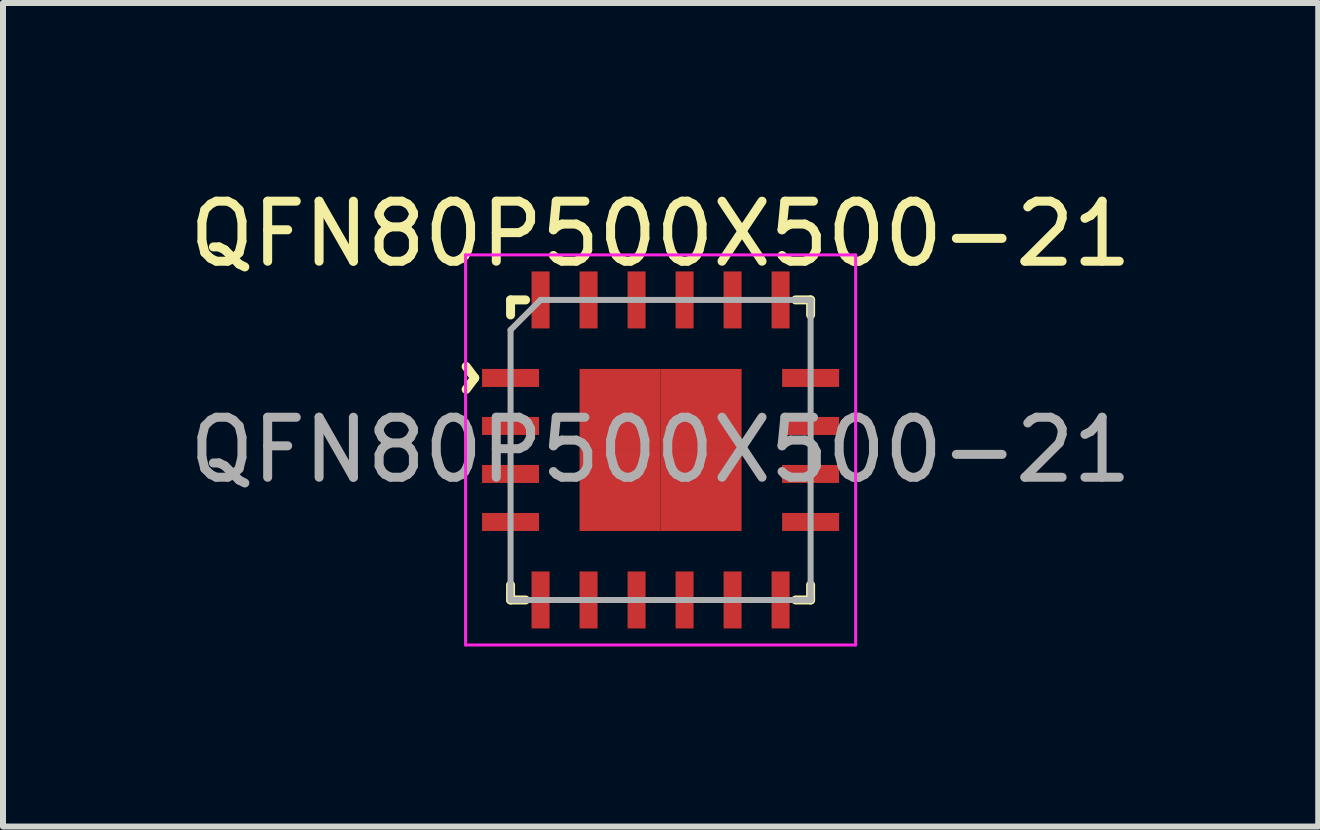
<source format=kicad_pcb>
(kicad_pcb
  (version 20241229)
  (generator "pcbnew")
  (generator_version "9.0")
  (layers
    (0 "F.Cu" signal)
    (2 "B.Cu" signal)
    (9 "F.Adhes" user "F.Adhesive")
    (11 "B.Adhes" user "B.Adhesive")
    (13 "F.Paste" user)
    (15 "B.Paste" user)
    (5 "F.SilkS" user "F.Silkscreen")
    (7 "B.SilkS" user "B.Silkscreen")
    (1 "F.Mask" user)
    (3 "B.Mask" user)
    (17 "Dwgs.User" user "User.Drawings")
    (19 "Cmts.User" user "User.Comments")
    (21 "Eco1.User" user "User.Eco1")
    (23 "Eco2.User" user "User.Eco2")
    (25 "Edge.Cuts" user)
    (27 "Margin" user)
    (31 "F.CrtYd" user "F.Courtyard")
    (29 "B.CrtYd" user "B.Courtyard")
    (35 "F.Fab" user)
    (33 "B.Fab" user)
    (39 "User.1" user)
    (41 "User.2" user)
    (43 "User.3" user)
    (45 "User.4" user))
  (footprint "QFN80P500X500-21"
    (layer "F.Cu")
    (at 7.958 4.448)
    (property "Reference" "QFN80P500X500-21" (at 0 -3.6 0) (layer "F.SilkS") (effects (font (size 1 1) (thickness 0.15))))
    (attr smd)
    (fp_line (start -2.5 -2.5) (end -2.25 -2.5) (stroke (width 0.15) (type solid)) (layer "F.SilkS"))
    (fp_line (start -2.5 -2.25) (end -2.5 -2.5) (stroke (width 0.15) (type solid)) (layer "F.SilkS"))
    (fp_line (start -2.5 2.5) (end -2.5 2.25) (stroke (width 0.15) (type solid)) (layer "F.SilkS"))
    (fp_line (start -2.5 2.5) (end -2.25 2.5) (stroke (width 0.15) (type solid)) (layer "F.SilkS"))
    (fp_line (start 2.25 -2.5) (end 2.5 -2.5) (stroke (width 0.15) (type solid)) (layer "F.SilkS"))
    (fp_line (start 2.25 2.5) (end 2.5 2.5) (stroke (width 0.15) (type solid)) (layer "F.SilkS"))
    (fp_line (start 2.5 -2.5) (end 2.5 -2.25) (stroke (width 0.15) (type solid)) (layer "F.SilkS"))
    (fp_line (start 2.5 2.5) (end 2.5 2.25) (stroke (width 0.15) (type solid)) (layer "F.SilkS"))
    (fp_line (start -3.25 -3.25) (end 3.25 -3.25) (stroke (width 0.05) (type solid)) (layer "F.CrtYd"))
    (fp_line (start -3.25 3.25) (end -3.25 -3.25) (stroke (width 0.05) (type solid)) (layer "F.CrtYd"))
    (fp_line (start 3.25 -3.25) (end 3.25 3.25) (stroke (width 0.05) (type solid)) (layer "F.CrtYd"))
    (fp_line (start 3.25 3.25) (end -3.25 3.25) (stroke (width 0.05) (type solid)) (layer "F.CrtYd"))
    (fp_line (start -2.5 -2) (end -2.5 2.5) (stroke (width 0.1) (type solid)) (layer "F.Fab"))
    (fp_line (start -2.5 2.5) (end 2.5 2.5) (stroke (width 0.1) (type solid)) (layer "F.Fab"))
    (fp_line (start -2 -2.5) (end -2.5 -2) (stroke (width 0.1) (type solid)) (layer "F.Fab"))
    (fp_line (start 2.5 -2.5) (end -2 -2.5) (stroke (width 0.1) (type solid)) (layer "F.Fab"))
    (fp_line (start 2.5 2.5) (end 2.5 -2.5) (stroke (width 0.1) (type solid)) (layer "F.Fab"))
    (fp_text user "^" (at -3.69 -1.2 270) (unlocked yes) (layer "F.SilkS") (effects (font (size 1 1) (thickness 0.15))))
    (fp_text user "${REFERENCE}" (at 0 0 0) (unlocked yes) (layer "F.Fab") (effects (font (size 1 1) (thickness 0.15))))
    (pad "1" smd rect (at -2.5 -1.2 90) (size 0.3 0.95) (layers "F.Cu" "F.Mask" "F.Paste"))
    (pad "2" smd rect (at -2.5 -0.4 90) (size 0.3 0.95) (layers "F.Cu" "F.Mask" "F.Paste"))
    (pad "3" smd rect (at -2.5 0.4 90) (size 0.3 0.95) (layers "F.Cu" "F.Mask" "F.Paste"))
    (pad "4" smd rect (at -2.5 1.2 90) (size 0.3 0.95) (layers "F.Cu" "F.Mask" "F.Paste"))
    (pad "5" smd rect (at -2 2.5 180) (size 0.3 0.95) (layers "F.Cu" "F.Mask" "F.Paste"))
    (pad "6" smd rect (at -1.2 2.5) (size 0.3 0.95) (layers "F.Cu" "F.Mask" "F.Paste"))
    (pad "7" smd rect (at -0.4 2.5) (size 0.3 0.95) (layers "F.Cu" "F.Mask" "F.Paste"))
    (pad "8" smd rect (at 0.4 2.5) (size 0.3 0.95) (layers "F.Cu" "F.Mask" "F.Paste"))
    (pad "9" smd rect (at 1.2 2.5) (size 0.3 0.95) (layers "F.Cu" "F.Mask" "F.Paste"))
    (pad "10" smd rect (at 2 2.5) (size 0.3 0.95) (layers "F.Cu" "F.Mask" "F.Paste"))
    (pad "11" smd rect (at 2.5 1.2 90) (size 0.3 0.95) (layers "F.Cu" "F.Mask" "F.Paste"))
    (pad "12" smd rect (at 2.5 0.4 90) (size 0.3 0.95) (layers "F.Cu" "F.Mask" "F.Paste"))
    (pad "13" smd rect (at 2.5 -0.4 90) (size 0.3 0.95) (layers "F.Cu" "F.Mask" "F.Paste"))
    (pad "14" smd rect (at 2.5 -1.2 90) (size 0.3 0.95) (layers "F.Cu" "F.Mask" "F.Paste"))
    (pad "15" smd rect (at 2 -2.5 180) (size 0.3 0.95) (layers "F.Cu" "F.Mask" "F.Paste"))
    (pad "16" smd rect (at 1.2 -2.5) (size 0.3 0.95) (layers "F.Cu" "F.Mask" "F.Paste"))
    (pad "17" smd rect (at 0.4 -2.5) (size 0.3 0.95) (layers "F.Cu" "F.Mask" "F.Paste"))
    (pad "18" smd rect (at -0.4 -2.5) (size 0.3 0.95) (layers "F.Cu" "F.Mask" "F.Paste"))
    (pad "19" smd rect (at -1.2 -2.5) (size 0.3 0.95) (layers "F.Cu" "F.Mask" "F.Paste"))
    (pad "20" smd rect (at -2 -2.5) (size 0.3 0.95) (layers "F.Cu" "F.Mask" "F.Paste"))
    (pad "21" smd rect (at -0.675 -0.675) (size 1.35 1.35) (layers "F.Cu" "F.Mask" "F.Paste"))
    (pad "21" smd rect (at -0.675 0.675) (size 1.35 1.35) (layers "F.Cu" "F.Mask" "F.Paste"))
    (pad "21" smd rect (at 0.675 -0.675) (size 1.35 1.35) (layers "F.Cu" "F.Mask" "F.Paste"))
    (pad "21" smd rect (at 0.675 0.675) (size 1.35 1.35) (layers "F.Cu" "F.Mask" "F.Paste")))
  (gr_rect
    (start -3 -3)
    (end 18.917 10.723)
    (stroke (width 0.1) (type default))
    (fill no)
    (layer "Edge.Cuts")))
</source>
